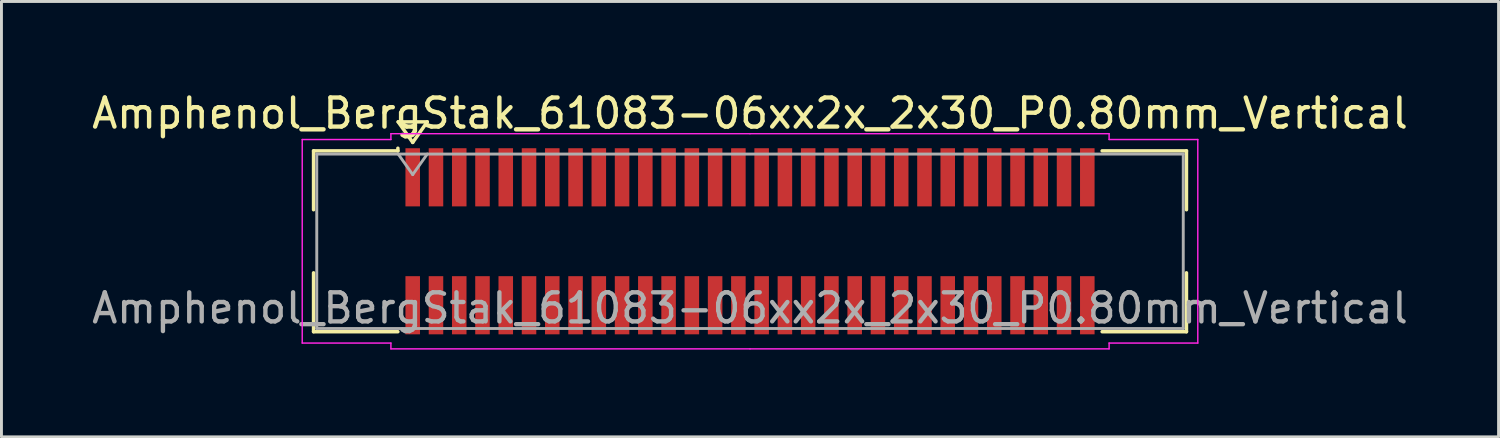
<source format=kicad_pcb>
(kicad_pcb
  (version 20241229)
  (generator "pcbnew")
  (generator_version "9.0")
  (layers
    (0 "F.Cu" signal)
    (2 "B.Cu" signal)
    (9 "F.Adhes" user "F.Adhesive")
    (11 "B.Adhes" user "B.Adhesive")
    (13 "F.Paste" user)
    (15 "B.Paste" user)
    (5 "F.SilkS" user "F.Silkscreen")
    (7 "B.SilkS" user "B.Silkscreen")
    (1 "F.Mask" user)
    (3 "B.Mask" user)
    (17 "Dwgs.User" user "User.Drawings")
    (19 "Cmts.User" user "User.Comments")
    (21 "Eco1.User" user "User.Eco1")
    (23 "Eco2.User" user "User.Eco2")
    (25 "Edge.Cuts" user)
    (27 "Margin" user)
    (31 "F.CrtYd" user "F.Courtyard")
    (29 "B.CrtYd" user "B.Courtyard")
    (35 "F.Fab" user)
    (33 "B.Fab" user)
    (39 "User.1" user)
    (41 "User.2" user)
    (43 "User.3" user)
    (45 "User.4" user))
  (footprint "Amphenol_BergStak_61083-06xx2x_2x30_P0.80mm_Vertical"
    (layer "F.Cu")
    (at 22.744 5.248)
    (property "Reference" "Amphenol_BergStak_61083-06xx2x_2x30_P0.80mm_Vertical" (at 0 -4.4 0) (layer "F.SilkS") (effects (font (size 1 1) (thickness 0.15))))
    (attr smd)
    (fp_line (start -15.01 -3.11) (end -12.11 -3.11) (stroke (width 0.12) (type solid)) (layer "F.SilkS"))
    (fp_line (start -15.01 -1.085) (end -15.01 -3.11) (stroke (width 0.12) (type solid)) (layer "F.SilkS"))
    (fp_line (start -15.01 1.085) (end -15.01 3.11) (stroke (width 0.12) (type solid)) (layer "F.SilkS"))
    (fp_line (start -15.01 3.11) (end -12.11 3.11) (stroke (width 0.12) (type solid)) (layer "F.SilkS"))
    (fp_line (start -12.11 -3.11) (end -12.11 -3.2) (stroke (width 0.12) (type solid)) (layer "F.SilkS"))
    (fp_line (start -12.1 -4.107) (end -11.6 -3.4) (stroke (width 0.12) (type solid)) (layer "F.SilkS"))
    (fp_line (start -11.6 -3.4) (end -11.1 -4.107) (stroke (width 0.12) (type solid)) (layer "F.SilkS"))
    (fp_line (start -11.1 -4.107) (end -12.1 -4.107) (stroke (width 0.12) (type solid)) (layer "F.SilkS"))
    (fp_line (start 15.01 -3.11) (end 12.11 -3.11) (stroke (width 0.12) (type solid)) (layer "F.SilkS"))
    (fp_line (start 15.01 -1.085) (end 15.01 -3.11) (stroke (width 0.12) (type solid)) (layer "F.SilkS"))
    (fp_line (start 15.01 1.085) (end 15.01 3.11) (stroke (width 0.12) (type solid)) (layer "F.SilkS"))
    (fp_line (start 15.01 3.11) (end 12.11 3.11) (stroke (width 0.12) (type solid)) (layer "F.SilkS"))
    (fp_line (start -15.4 -3.5) (end -15.4 3.5) (stroke (width 0.05) (type solid)) (layer "F.CrtYd"))
    (fp_line (start -15.4 3.5) (end -12.35 3.5) (stroke (width 0.05) (type solid)) (layer "F.CrtYd"))
    (fp_line (start -12.35 -3.7) (end -12.35 -3.5) (stroke (width 0.05) (type solid)) (layer "F.CrtYd"))
    (fp_line (start -12.35 -3.5) (end -15.4 -3.5) (stroke (width 0.05) (type solid)) (layer "F.CrtYd"))
    (fp_line (start -12.35 3.5) (end -12.35 3.7) (stroke (width 0.05) (type solid)) (layer "F.CrtYd"))
    (fp_line (start -12.35 3.7) (end 0 3.7) (stroke (width 0.05) (type solid)) (layer "F.CrtYd"))
    (fp_line (start 0 -3.7) (end -12.35 -3.7) (stroke (width 0.05) (type solid)) (layer "F.CrtYd"))
    (fp_line (start 0 -3.7) (end 12.35 -3.7) (stroke (width 0.05) (type solid)) (layer "F.CrtYd"))
    (fp_line (start 12.35 -3.7) (end 12.35 -3.5) (stroke (width 0.05) (type solid)) (layer "F.CrtYd"))
    (fp_line (start 12.35 -3.5) (end 15.4 -3.5) (stroke (width 0.05) (type solid)) (layer "F.CrtYd"))
    (fp_line (start 12.35 3.5) (end 12.35 3.7) (stroke (width 0.05) (type solid)) (layer "F.CrtYd"))
    (fp_line (start 12.35 3.7) (end 0 3.7) (stroke (width 0.05) (type solid)) (layer "F.CrtYd"))
    (fp_line (start 15.4 -3.5) (end 15.4 3.5) (stroke (width 0.05) (type solid)) (layer "F.CrtYd"))
    (fp_line (start 15.4 3.5) (end 12.35 3.5) (stroke (width 0.05) (type solid)) (layer "F.CrtYd"))
    (fp_line (start -14.9 -3) (end -14.9 3) (stroke (width 0.1) (type solid)) (layer "F.Fab"))
    (fp_line (start -14.9 3) (end 14.9 3) (stroke (width 0.1) (type solid)) (layer "F.Fab"))
    (fp_line (start -12.1 -3) (end -11.6 -2.293) (stroke (width 0.1) (type solid)) (layer "F.Fab"))
    (fp_line (start -11.6 -2.293) (end -11.1 -3) (stroke (width 0.1) (type solid)) (layer "F.Fab"))
    (fp_line (start 14.9 -3) (end -14.9 -3) (stroke (width 0.1) (type solid)) (layer "F.Fab"))
    (fp_line (start 14.9 3) (end 14.9 -3) (stroke (width 0.1) (type solid)) (layer "F.Fab"))
    (fp_text user "${REFERENCE}" (at 0 2.3 0) (layer "F.Fab") (effects (font (size 1 1) (thickness 0.15))))
    (pad "1" smd rect (at -11.6 -2.2) (size 0.5 2) (layers "F.Cu" "F.Mask" "F.Paste"))
    (pad "2" smd rect (at -11.6 2.2) (size 0.5 2) (layers "F.Cu" "F.Mask" "F.Paste"))
    (pad "3" smd rect (at -10.8 -2.2) (size 0.5 2) (layers "F.Cu" "F.Mask" "F.Paste"))
    (pad "4" smd rect (at -10.8 2.2) (size 0.5 2) (layers "F.Cu" "F.Mask" "F.Paste"))
    (pad "5" smd rect (at -10 -2.2) (size 0.5 2) (layers "F.Cu" "F.Mask" "F.Paste"))
    (pad "6" smd rect (at -10 2.2) (size 0.5 2) (layers "F.Cu" "F.Mask" "F.Paste"))
    (pad "7" smd rect (at -9.2 -2.2) (size 0.5 2) (layers "F.Cu" "F.Mask" "F.Paste"))
    (pad "8" smd rect (at -9.2 2.2) (size 0.5 2) (layers "F.Cu" "F.Mask" "F.Paste"))
    (pad "9" smd rect (at -8.4 -2.2) (size 0.5 2) (layers "F.Cu" "F.Mask" "F.Paste"))
    (pad "10" smd rect (at -8.4 2.2) (size 0.5 2) (layers "F.Cu" "F.Mask" "F.Paste"))
    (pad "11" smd rect (at -7.6 -2.2) (size 0.5 2) (layers "F.Cu" "F.Mask" "F.Paste"))
    (pad "12" smd rect (at -7.6 2.2) (size 0.5 2) (layers "F.Cu" "F.Mask" "F.Paste"))
    (pad "13" smd rect (at -6.8 -2.2) (size 0.5 2) (layers "F.Cu" "F.Mask" "F.Paste"))
    (pad "14" smd rect (at -6.8 2.2) (size 0.5 2) (layers "F.Cu" "F.Mask" "F.Paste"))
    (pad "15" smd rect (at -6 -2.2) (size 0.5 2) (layers "F.Cu" "F.Mask" "F.Paste"))
    (pad "16" smd rect (at -6 2.2) (size 0.5 2) (layers "F.Cu" "F.Mask" "F.Paste"))
    (pad "17" smd rect (at -5.2 -2.2) (size 0.5 2) (layers "F.Cu" "F.Mask" "F.Paste"))
    (pad "18" smd rect (at -5.2 2.2) (size 0.5 2) (layers "F.Cu" "F.Mask" "F.Paste"))
    (pad "19" smd rect (at -4.4 -2.2) (size 0.5 2) (layers "F.Cu" "F.Mask" "F.Paste"))
    (pad "20" smd rect (at -4.4 2.2) (size 0.5 2) (layers "F.Cu" "F.Mask" "F.Paste"))
    (pad "21" smd rect (at -3.6 -2.2) (size 0.5 2) (layers "F.Cu" "F.Mask" "F.Paste"))
    (pad "22" smd rect (at -3.6 2.2) (size 0.5 2) (layers "F.Cu" "F.Mask" "F.Paste"))
    (pad "23" smd rect (at -2.8 -2.2) (size 0.5 2) (layers "F.Cu" "F.Mask" "F.Paste"))
    (pad "24" smd rect (at -2.8 2.2) (size 0.5 2) (layers "F.Cu" "F.Mask" "F.Paste"))
    (pad "25" smd rect (at -2 -2.2) (size 0.5 2) (layers "F.Cu" "F.Mask" "F.Paste"))
    (pad "26" smd rect (at -2 2.2) (size 0.5 2) (layers "F.Cu" "F.Mask" "F.Paste"))
    (pad "27" smd rect (at -1.2 -2.2) (size 0.5 2) (layers "F.Cu" "F.Mask" "F.Paste"))
    (pad "28" smd rect (at -1.2 2.2) (size 0.5 2) (layers "F.Cu" "F.Mask" "F.Paste"))
    (pad "29" smd rect (at -0.4 -2.2) (size 0.5 2) (layers "F.Cu" "F.Mask" "F.Paste"))
    (pad "30" smd rect (at -0.4 2.2) (size 0.5 2) (layers "F.Cu" "F.Mask" "F.Paste"))
    (pad "31" smd rect (at 0.4 -2.2) (size 0.5 2) (layers "F.Cu" "F.Mask" "F.Paste"))
    (pad "32" smd rect (at 0.4 2.2) (size 0.5 2) (layers "F.Cu" "F.Mask" "F.Paste"))
    (pad "33" smd rect (at 1.2 -2.2) (size 0.5 2) (layers "F.Cu" "F.Mask" "F.Paste"))
    (pad "34" smd rect (at 1.2 2.2) (size 0.5 2) (layers "F.Cu" "F.Mask" "F.Paste"))
    (pad "35" smd rect (at 2 -2.2) (size 0.5 2) (layers "F.Cu" "F.Mask" "F.Paste"))
    (pad "36" smd rect (at 2 2.2) (size 0.5 2) (layers "F.Cu" "F.Mask" "F.Paste"))
    (pad "37" smd rect (at 2.8 -2.2) (size 0.5 2) (layers "F.Cu" "F.Mask" "F.Paste"))
    (pad "38" smd rect (at 2.8 2.2) (size 0.5 2) (layers "F.Cu" "F.Mask" "F.Paste"))
    (pad "39" smd rect (at 3.6 -2.2) (size 0.5 2) (layers "F.Cu" "F.Mask" "F.Paste"))
    (pad "40" smd rect (at 3.6 2.2) (size 0.5 2) (layers "F.Cu" "F.Mask" "F.Paste"))
    (pad "41" smd rect (at 4.4 -2.2) (size 0.5 2) (layers "F.Cu" "F.Mask" "F.Paste"))
    (pad "42" smd rect (at 4.4 2.2) (size 0.5 2) (layers "F.Cu" "F.Mask" "F.Paste"))
    (pad "43" smd rect (at 5.2 -2.2) (size 0.5 2) (layers "F.Cu" "F.Mask" "F.Paste"))
    (pad "44" smd rect (at 5.2 2.2) (size 0.5 2) (layers "F.Cu" "F.Mask" "F.Paste"))
    (pad "45" smd rect (at 6 -2.2) (size 0.5 2) (layers "F.Cu" "F.Mask" "F.Paste"))
    (pad "46" smd rect (at 6 2.2) (size 0.5 2) (layers "F.Cu" "F.Mask" "F.Paste"))
    (pad "47" smd rect (at 6.8 -2.2) (size 0.5 2) (layers "F.Cu" "F.Mask" "F.Paste"))
    (pad "48" smd rect (at 6.8 2.2) (size 0.5 2) (layers "F.Cu" "F.Mask" "F.Paste"))
    (pad "49" smd rect (at 7.6 -2.2) (size 0.5 2) (layers "F.Cu" "F.Mask" "F.Paste"))
    (pad "50" smd rect (at 7.6 2.2) (size 0.5 2) (layers "F.Cu" "F.Mask" "F.Paste"))
    (pad "51" smd rect (at 8.4 -2.2) (size 0.5 2) (layers "F.Cu" "F.Mask" "F.Paste"))
    (pad "52" smd rect (at 8.4 2.2) (size 0.5 2) (layers "F.Cu" "F.Mask" "F.Paste"))
    (pad "53" smd rect (at 9.2 -2.2) (size 0.5 2) (layers "F.Cu" "F.Mask" "F.Paste"))
    (pad "54" smd rect (at 9.2 2.2) (size 0.5 2) (layers "F.Cu" "F.Mask" "F.Paste"))
    (pad "55" smd rect (at 10 -2.2) (size 0.5 2) (layers "F.Cu" "F.Mask" "F.Paste"))
    (pad "56" smd rect (at 10 2.2) (size 0.5 2) (layers "F.Cu" "F.Mask" "F.Paste"))
    (pad "57" smd rect (at 10.8 -2.2) (size 0.5 2) (layers "F.Cu" "F.Mask" "F.Paste"))
    (pad "58" smd rect (at 10.8 2.2) (size 0.5 2) (layers "F.Cu" "F.Mask" "F.Paste"))
    (pad "59" smd rect (at 11.6 -2.2) (size 0.5 2) (layers "F.Cu" "F.Mask" "F.Paste"))
    (pad "60" smd rect (at 11.6 2.2) (size 0.5 2) (layers "F.Cu" "F.Mask" "F.Paste")))
  (gr_rect
    (start -3 -3)
    (end 48.488 11.973)
    (stroke (width 0.1) (type default))
    (fill no)
    (layer "Edge.Cuts")))
</source>
